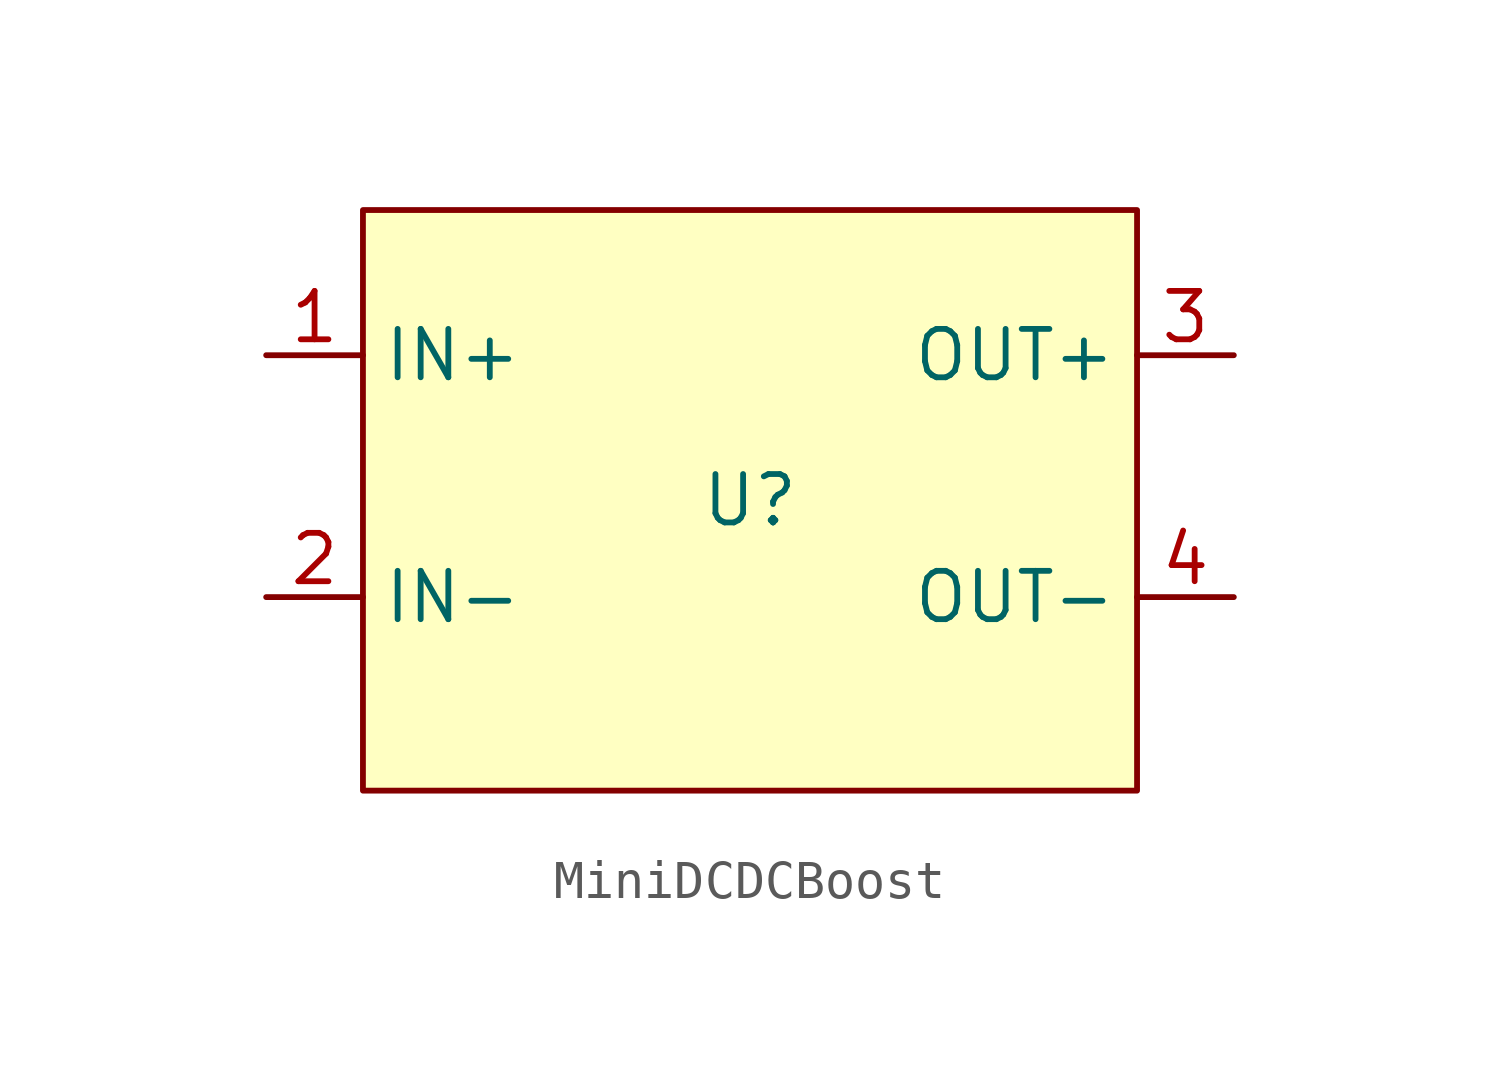
<source format=kicad_sym>
(kicad_symbol_lib
  (version 20241209)
  (generator "kicad_symbol_editor")
  (generator_version "9.0")
  (symbol "MiniDCDCBoost"
    (property "Reference" "U"
      (at 0 0 0)
      (effects (font (size 1.27 1.27))))
    (property "Value" ""
      (at 0 0 0)
      (effects (font (size 1.27 1.27))))
    (symbol "MiniDCDCBoost_1_1"
      (rectangle (start -10.16 7.62) (end 10.16 -7.62) (stroke (width 0) (type solid)) (fill (type background)))
      (pin input line (at -12.7 3.81 0) (length 2.54) (name "IN+" (effects (font (size 1.27 1.27)))) (number "1" (effects (font (size 1.27 1.27)))))
      (pin input line (at -12.7 -2.54 0) (length 2.54) (name "IN-" (effects (font (size 1.27 1.27)))) (number "2" (effects (font (size 1.27 1.27)))))
      (pin output line (at 12.7 3.81 180) (length 2.54) (name "OUT+" (effects (font (size 1.27 1.27)))) (number "3" (effects (font (size 1.27 1.27)))))
      (pin output line (at 12.7 -2.54 180) (length 2.54) (name "OUT-" (effects (font (size 1.27 1.27)))) (number "4" (effects (font (size 1.27 1.27))))))))
</source>
